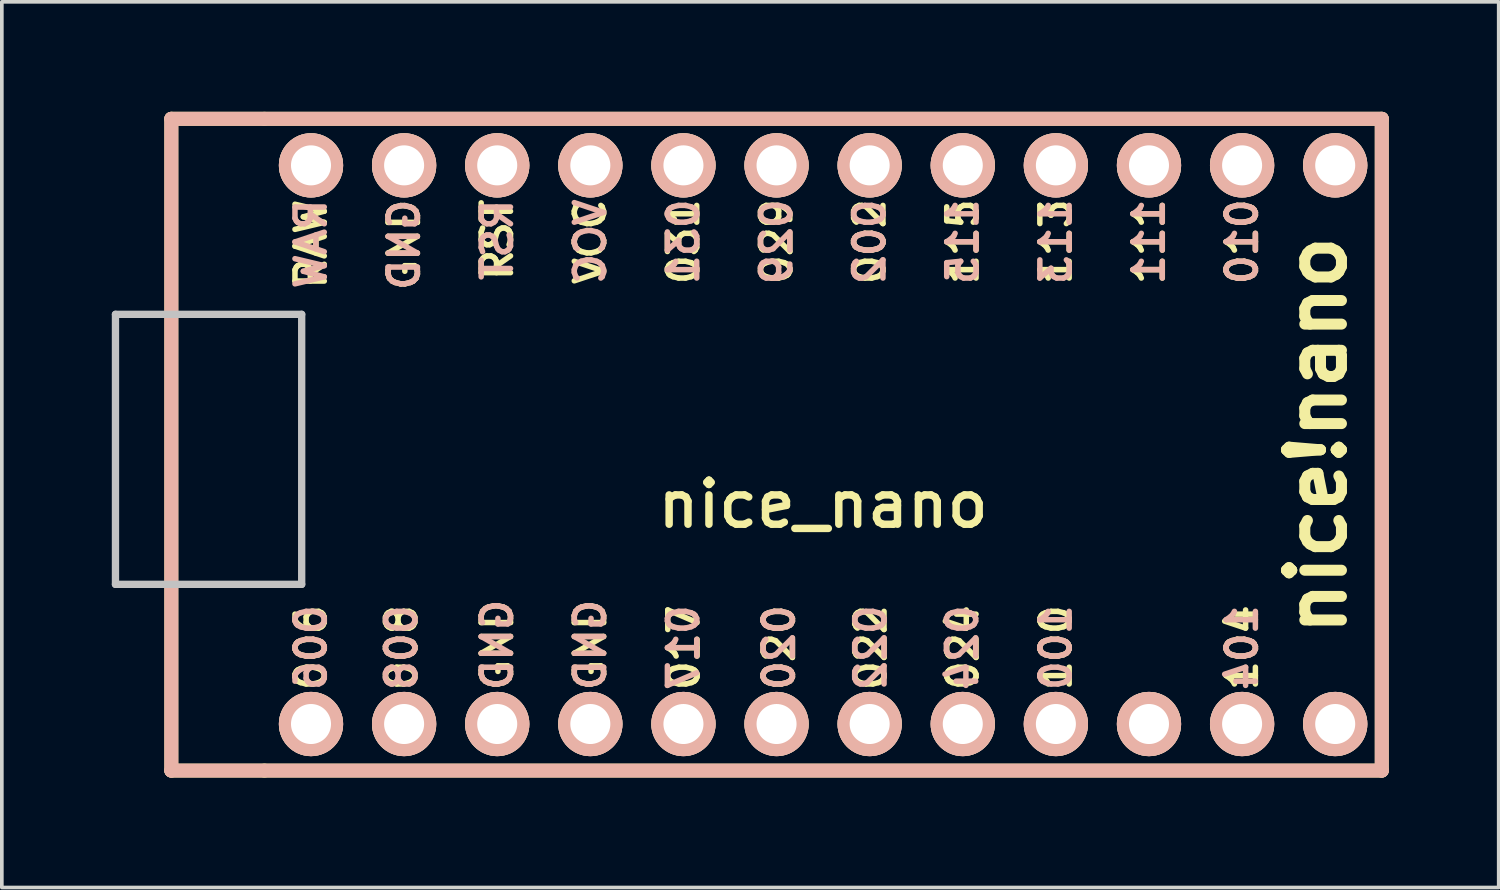
<source format=kicad_pcb>
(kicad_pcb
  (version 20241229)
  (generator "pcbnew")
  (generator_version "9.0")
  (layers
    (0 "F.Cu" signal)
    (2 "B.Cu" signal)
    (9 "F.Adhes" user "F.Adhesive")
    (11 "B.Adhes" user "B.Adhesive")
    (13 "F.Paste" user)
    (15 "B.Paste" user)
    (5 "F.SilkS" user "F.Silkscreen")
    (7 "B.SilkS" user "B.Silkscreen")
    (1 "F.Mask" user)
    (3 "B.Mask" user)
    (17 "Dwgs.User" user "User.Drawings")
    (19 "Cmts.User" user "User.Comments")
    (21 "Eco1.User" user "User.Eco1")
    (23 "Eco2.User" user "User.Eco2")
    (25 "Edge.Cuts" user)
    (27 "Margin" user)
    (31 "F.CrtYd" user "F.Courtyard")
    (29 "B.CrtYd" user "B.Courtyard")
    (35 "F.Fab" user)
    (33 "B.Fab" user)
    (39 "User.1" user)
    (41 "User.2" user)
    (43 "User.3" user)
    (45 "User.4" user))
  (footprint "nice_nano"
    (layer "F.Cu")
    (at 19.404 9.081)
    (property "Reference" "nice_nano" (at 0 1.625 0) (layer "F.SilkS") (effects (font (size 1.2 1.2) (thickness 0.203))))
    (attr through_hole)
    (fp_line (start -17.78 -8.89) (end -17.78 8.89) (stroke (width 0.381) (type solid)) (layer "F.SilkS"))
    (fp_line (start -17.78 8.89) (end -15.24 8.89) (stroke (width 0.381) (type solid)) (layer "F.SilkS"))
    (fp_line (start -15.24 -8.89) (end -17.78 -8.89) (stroke (width 0.381) (type solid)) (layer "F.SilkS"))
    (fp_line (start -15.24 8.89) (end 15.24 8.89) (stroke (width 0.381) (type solid)) (layer "F.SilkS"))
    (fp_line (start 15.24 -8.89) (end -15.24 -8.89) (stroke (width 0.381) (type solid)) (layer "F.SilkS"))
    (fp_line (start 15.24 8.89) (end 15.24 -8.89) (stroke (width 0.381) (type solid)) (layer "F.SilkS"))
    (fp_line (start -17.78 -8.89) (end -17.78 8.89) (stroke (width 0.381) (type solid)) (layer "B.SilkS"))
    (fp_line (start -17.78 8.89) (end 15.24 8.89) (stroke (width 0.381) (type solid)) (layer "B.SilkS"))
    (fp_line (start 15.24 -8.89) (end -17.78 -8.89) (stroke (width 0.381) (type solid)) (layer "B.SilkS"))
    (fp_line (start 15.24 8.89) (end 15.24 -8.89) (stroke (width 0.381) (type solid)) (layer "B.SilkS"))
    (fp_line (start -19.304 -3.556) (end -14.224 -3.556) (stroke (width 0.2) (type solid)) (layer "Dwgs.User"))
    (fp_line (start -19.304 3.81) (end -19.304 -3.556) (stroke (width 0.2) (type solid)) (layer "Dwgs.User"))
    (fp_line (start -14.224 -3.556) (end -14.224 3.81) (stroke (width 0.2) (type solid)) (layer "Dwgs.User"))
    (fp_line (start -14.224 3.81) (end -19.304 3.81) (stroke (width 0.2) (type solid)) (layer "Dwgs.User"))
    (fp_text user "031" (at -3.81 -5.537 90) (layer "F.SilkS") (effects (font (size 0.8 0.8) (thickness 0.15))))
    (fp_text user "022" (at 1.3 5.537 90) (layer "F.SilkS") (effects (font (size 0.8 0.8) (thickness 0.15))))
    (fp_text user "017" (at -3.8 5.537 90) (layer "F.SilkS") (effects (font (size 0.8 0.8) (thickness 0.15))))
    (fp_text user "GND" (at -6.35 5.461 90) (layer "F.SilkS") (effects (font (size 0.8 0.8) (thickness 0.15))))
    (fp_text user "113" (at 6.35 -5.537 90) (layer "F.SilkS") (effects (font (size 0.8 0.8) (thickness 0.15))))
    (fp_text user "010" (at 11.43 -5.537 90) (layer "F.SilkS") (effects (font (size 0.8 0.8) (thickness 0.15))))
    (fp_text user "020" (at -1.2 5.537 90) (layer "F.SilkS") (effects (font (size 0.8 0.8) (thickness 0.15))))
    (fp_text user "029" (at -1.27 -5.537 90) (layer "F.SilkS") (effects (font (size 0.8 0.8) (thickness 0.15))))
    (fp_text user "006" (at -13.97 5.537 90) (layer "F.SilkS") (effects (font (size 0.8 0.8) (thickness 0.15))))
    (fp_text user "104" (at 11.43 5.537 90) (layer "F.SilkS") (effects (font (size 0.8 0.8) (thickness 0.15))))
    (fp_text user "RAW" (at -13.97 -5.474 90) (layer "F.SilkS") (effects (font (size 0.8 0.8) (thickness 0.15))))
    (fp_text user "GND" (at -11.43 -5.455 90) (layer "F.SilkS") (effects (font (size 0.8 0.8) (thickness 0.15))))
    (fp_text user "nice!nano" (at 13.462 -0.254 90) (layer "F.SilkS") (effects (font (size 1.5 1.5) (thickness 0.3))))
    (fp_text user "GND" (at -8.89 5.461 90) (layer "F.SilkS") (effects (font (size 0.8 0.8) (thickness 0.15))))
    (fp_text user "024" (at 3.81 5.537 90) (layer "F.SilkS") (effects (font (size 0.8 0.8) (thickness 0.15))))
    (fp_text user "115" (at 3.81 -5.537 90) (layer "F.SilkS") (effects (font (size 0.8 0.8) (thickness 0.15))))
    (fp_text user "111" (at 8.89 -5.537 90) (layer "F.SilkS") (effects (font (size 0.8 0.8) (thickness 0.15))))
    (fp_text user "008" (at -11.5 5.537 90) (layer "F.SilkS") (effects (font (size 0.8 0.8) (thickness 0.15))))
    (fp_text user "VCC" (at -6.35 -5.537 90) (layer "F.SilkS") (effects (font (size 0.8 0.8) (thickness 0.15))))
    (fp_text user "100" (at 6.35 5.537 90) (layer "F.SilkS") (effects (font (size 0.8 0.8) (thickness 0.15))))
    (fp_text user "RST" (at -8.89 -5.588 90) (layer "F.SilkS") (effects (font (size 0.8 0.8) (thickness 0.15))))
    (fp_text user "002" (at 1.27 -5.537 90) (layer "F.SilkS") (effects (font (size 0.8 0.8) (thickness 0.15))))
    (fp_text user "RAW" (at -13.97 -5.474 90) (layer "B.SilkS") (effects (font (size 0.8 0.8) (thickness 0.15)) (justify mirror)))
    (fp_text user "115" (at 3.81 -5.537 90) (layer "B.SilkS") (effects (font (size 0.8 0.8) (thickness 0.15)) (justify mirror)))
    (fp_text user "GND" (at -8.89 5.461 90) (layer "B.SilkS") (effects (font (size 0.8 0.8) (thickness 0.15)) (justify mirror)))
    (fp_text user "031" (at -3.81 -5.537 90) (layer "B.SilkS") (effects (font (size 0.8 0.8) (thickness 0.15)) (justify mirror)))
    (fp_text user "GND" (at -6.35 5.461 90) (layer "B.SilkS") (effects (font (size 0.8 0.8) (thickness 0.15)) (justify mirror)))
    (fp_text user "113" (at 6.35 -5.537 90) (layer "B.SilkS") (effects (font (size 0.8 0.8) (thickness 0.15)) (justify mirror)))
    (fp_text user "GND" (at -11.43 -5.455 90) (layer "B.SilkS") (effects (font (size 0.8 0.8) (thickness 0.15)) (justify mirror)))
    (fp_text user "VCC" (at -6.35 -5.537 90) (layer "B.SilkS") (effects (font (size 0.8 0.8) (thickness 0.15)) (justify mirror)))
    (fp_text user "017" (at -3.81 5.537 90) (layer "B.SilkS") (effects (font (size 0.8 0.8) (thickness 0.15)) (justify mirror)))
    (fp_text user "010" (at 11.43 -5.537 90) (layer "B.SilkS") (effects (font (size 0.8 0.8) (thickness 0.15)) (justify mirror)))
    (fp_text user "RST" (at -8.89 -5.588 90) (layer "B.SilkS") (effects (font (size 0.8 0.8) (thickness 0.15)) (justify mirror)))
    (fp_text user "100" (at 6.35 5.537 90) (layer "B.SilkS") (effects (font (size 0.8 0.8) (thickness 0.15)) (justify mirror)))
    (fp_text user "006" (at -13.97 5.537 90) (layer "B.SilkS") (effects (font (size 0.8 0.8) (thickness 0.15)) (justify mirror)))
    (fp_text user "104" (at 11.43 5.537 90) (layer "B.SilkS") (effects (font (size 0.8 0.8) (thickness 0.15)) (justify mirror)))
    (fp_text user "002" (at 1.27 -5.537 90) (layer "B.SilkS") (effects (font (size 0.8 0.8) (thickness 0.15)) (justify mirror)))
    (fp_text user "111" (at 8.89 -5.537 90) (layer "B.SilkS") (effects (font (size 0.8 0.8) (thickness 0.15)) (justify mirror)))
    (fp_text user "029" (at -1.27 -5.537 90) (layer "B.SilkS") (effects (font (size 0.8 0.8) (thickness 0.15)) (justify mirror)))
    (fp_text user "008" (at -11.5 5.537 90) (layer "B.SilkS") (effects (font (size 0.8 0.8) (thickness 0.15)) (justify mirror)))
    (fp_text user "022" (at 1.3 5.537 90) (layer "B.SilkS") (effects (font (size 0.8 0.8) (thickness 0.15)) (justify mirror)))
    (fp_text user "020" (at -1.2 5.537 90) (layer "B.SilkS") (effects (font (size 0.8 0.8) (thickness 0.15)) (justify mirror)))
    (fp_text user "024" (at 3.8 5.537 90) (layer "B.SilkS") (effects (font (size 0.8 0.8) (thickness 0.15)) (justify mirror)))
    (pad "1" thru_hole circle (at -13.97 7.62) (size 1.753 1.753) (drill 1.092) (layers "*.Cu" "*.SilkS" "*.Mask"))
    (pad "2" thru_hole circle (at -11.43 7.62) (size 1.753 1.753) (drill 1.092) (layers "*.Cu" "*.SilkS" "*.Mask"))
    (pad "3" thru_hole circle (at -8.89 7.62) (size 1.753 1.753) (drill 1.092) (layers "*.Cu" "*.SilkS" "*.Mask"))
    (pad "4" thru_hole circle (at -6.35 7.62) (size 1.753 1.753) (drill 1.092) (layers "*.Cu" "*.SilkS" "*.Mask"))
    (pad "5" thru_hole circle (at -3.81 7.62) (size 1.753 1.753) (drill 1.092) (layers "*.Cu" "*.SilkS" "*.Mask"))
    (pad "6" thru_hole circle (at -1.27 7.62) (size 1.753 1.753) (drill 1.092) (layers "*.Cu" "*.SilkS" "*.Mask"))
    (pad "7" thru_hole circle (at 1.27 7.62) (size 1.753 1.753) (drill 1.092) (layers "*.Cu" "*.SilkS" "*.Mask"))
    (pad "8" thru_hole circle (at 3.81 7.62) (size 1.753 1.753) (drill 1.092) (layers "*.Cu" "*.SilkS" "*.Mask"))
    (pad "9" thru_hole circle (at 6.35 7.62) (size 1.753 1.753) (drill 1.092) (layers "*.Cu" "*.SilkS" "*.Mask"))
    (pad "10" thru_hole circle (at 8.89 7.62) (size 1.753 1.753) (drill 1.092) (layers "*.Cu" "*.SilkS" "*.Mask"))
    (pad "11" thru_hole circle (at 11.43 7.62) (size 1.753 1.753) (drill 1.092) (layers "*.Cu" "*.SilkS" "*.Mask"))
    (pad "12" thru_hole circle (at 13.97 7.62) (size 1.753 1.753) (drill 1.092) (layers "*.Cu" "*.SilkS" "*.Mask"))
    (pad "13" thru_hole circle (at 13.97 -7.62) (size 1.753 1.753) (drill 1.092) (layers "*.Cu" "*.SilkS" "*.Mask"))
    (pad "14" thru_hole circle (at 11.43 -7.62) (size 1.753 1.753) (drill 1.092) (layers "*.Cu" "*.SilkS" "*.Mask"))
    (pad "15" thru_hole circle (at 8.89 -7.62) (size 1.753 1.753) (drill 1.092) (layers "*.Cu" "*.SilkS" "*.Mask"))
    (pad "16" thru_hole circle (at 6.35 -7.62) (size 1.753 1.753) (drill 1.092) (layers "*.Cu" "*.SilkS" "*.Mask"))
    (pad "17" thru_hole circle (at 3.81 -7.62) (size 1.753 1.753) (drill 1.092) (layers "*.Cu" "*.SilkS" "*.Mask"))
    (pad "18" thru_hole circle (at 1.27 -7.62) (size 1.753 1.753) (drill 1.092) (layers "*.Cu" "*.SilkS" "*.Mask"))
    (pad "19" thru_hole circle (at -1.27 -7.62) (size 1.753 1.753) (drill 1.092) (layers "*.Cu" "*.SilkS" "*.Mask"))
    (pad "20" thru_hole circle (at -3.81 -7.62) (size 1.753 1.753) (drill 1.092) (layers "*.Cu" "*.SilkS" "*.Mask"))
    (pad "21" thru_hole circle (at -6.35 -7.62) (size 1.753 1.753) (drill 1.092) (layers "*.Cu" "*.SilkS" "*.Mask"))
    (pad "22" thru_hole circle (at -8.89 -7.62) (size 1.753 1.753) (drill 1.092) (layers "*.Cu" "*.SilkS" "*.Mask"))
    (pad "23" thru_hole circle (at -11.43 -7.62) (size 1.753 1.753) (drill 1.092) (layers "*.Cu" "*.SilkS" "*.Mask"))
    (pad "24" thru_hole circle (at -13.97 -7.62) (size 1.753 1.753) (drill 1.092) (layers "*.Cu" "*.SilkS" "*.Mask")))
  (gr_rect
    (start -3 -3)
    (end 37.834 21.161)
    (stroke (width 0.1) (type default))
    (fill no)
    (layer "Edge.Cuts")))
</source>
